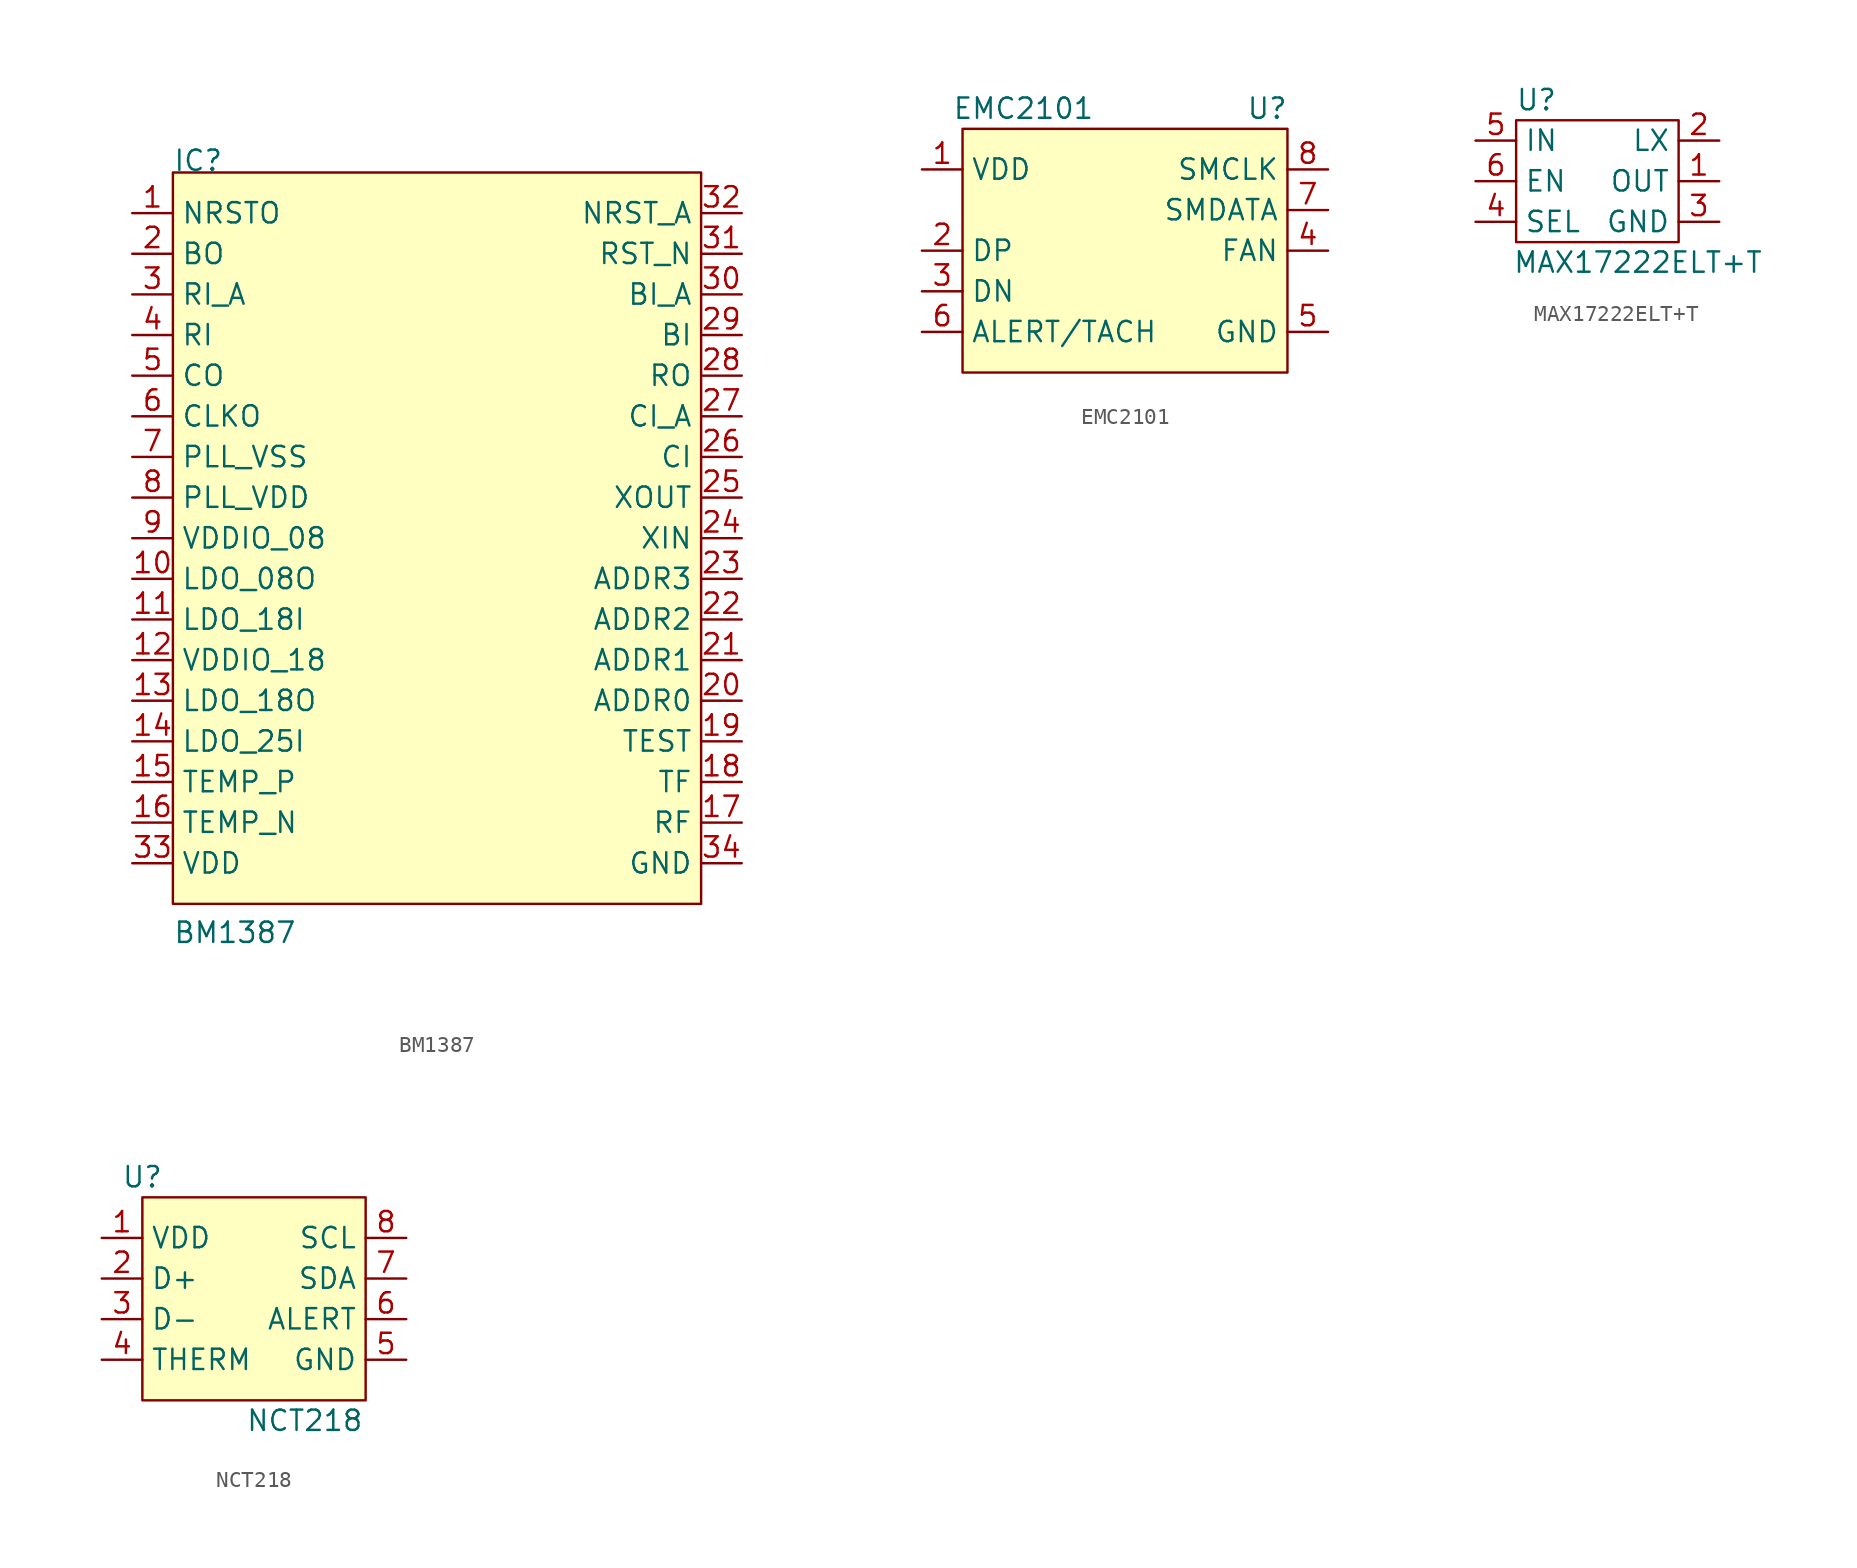
<source format=kicad_sym>
(kicad_symbol_lib
  (version 20211014)
  (generator kicad_symbol_editor)
  (symbol "BM1387"
    (property "Reference" "IC"
      (at -17.78 17.78 0)
      (effects (font (size 1.27 1.27)) (justify left bottom)))
    (property "Value" "BM1387"
      (at -17.78 -30.48 0)
      (effects (font (size 1.27 1.27)) (justify left bottom)))
    (property "ki_locked" ""
      (at 0 0 0)
      (effects (font (size 1.27 1.27))))
    (symbol "BM1387_1_0"
      (pin bidirectional line (at -20.32 15.24 0) (length 2.54) (name "NRSTO" (effects (font (size 1.27 1.27)))) (number "1" (effects (font (size 1.27 1.27)))))
      (pin bidirectional line (at -20.32 -7.62 0) (length 2.54) (name "LDO_08O" (effects (font (size 1.27 1.27)))) (number "10" (effects (font (size 1.27 1.27)))))
      (pin bidirectional line (at -20.32 -10.16 0) (length 2.54) (name "LDO_18I" (effects (font (size 1.27 1.27)))) (number "11" (effects (font (size 1.27 1.27)))))
      (pin bidirectional line (at -20.32 -12.7 0) (length 2.54) (name "VDDIO_18" (effects (font (size 1.27 1.27)))) (number "12" (effects (font (size 1.27 1.27)))))
      (pin bidirectional line (at -20.32 -15.24 0) (length 2.54) (name "LDO_18O" (effects (font (size 1.27 1.27)))) (number "13" (effects (font (size 1.27 1.27)))))
      (pin bidirectional line (at -20.32 -17.78 0) (length 2.54) (name "LDO_25I" (effects (font (size 1.27 1.27)))) (number "14" (effects (font (size 1.27 1.27)))))
      (pin bidirectional line (at -20.32 -20.32 0) (length 2.54) (name "TEMP_P" (effects (font (size 1.27 1.27)))) (number "15" (effects (font (size 1.27 1.27)))))
      (pin bidirectional line (at -20.32 -22.86 0) (length 2.54) (name "TEMP_N" (effects (font (size 1.27 1.27)))) (number "16" (effects (font (size 1.27 1.27)))))
      (pin bidirectional line (at 17.78 -22.86 180) (length 2.54) (name "RF" (effects (font (size 1.27 1.27)))) (number "17" (effects (font (size 1.27 1.27)))))
      (pin bidirectional line (at 17.78 -20.32 180) (length 2.54) (name "TF" (effects (font (size 1.27 1.27)))) (number "18" (effects (font (size 1.27 1.27)))))
      (pin bidirectional line (at 17.78 -17.78 180) (length 2.54) (name "TEST" (effects (font (size 1.27 1.27)))) (number "19" (effects (font (size 1.27 1.27)))))
      (pin bidirectional line (at -20.32 12.7 0) (length 2.54) (name "BO" (effects (font (size 1.27 1.27)))) (number "2" (effects (font (size 1.27 1.27)))))
      (pin bidirectional line (at 17.78 -15.24 180) (length 2.54) (name "ADDR0" (effects (font (size 1.27 1.27)))) (number "20" (effects (font (size 1.27 1.27)))))
      (pin bidirectional line (at 17.78 -12.7 180) (length 2.54) (name "ADDR1" (effects (font (size 1.27 1.27)))) (number "21" (effects (font (size 1.27 1.27)))))
      (pin bidirectional line (at 17.78 -10.16 180) (length 2.54) (name "ADDR2" (effects (font (size 1.27 1.27)))) (number "22" (effects (font (size 1.27 1.27)))))
      (pin bidirectional line (at 17.78 -7.62 180) (length 2.54) (name "ADDR3" (effects (font (size 1.27 1.27)))) (number "23" (effects (font (size 1.27 1.27)))))
      (pin bidirectional line (at 17.78 -5.08 180) (length 2.54) (name "XIN" (effects (font (size 1.27 1.27)))) (number "24" (effects (font (size 1.27 1.27)))))
      (pin bidirectional line (at 17.78 -2.54 180) (length 2.54) (name "XOUT" (effects (font (size 1.27 1.27)))) (number "25" (effects (font (size 1.27 1.27)))))
      (pin bidirectional line (at 17.78 0 180) (length 2.54) (name "CI" (effects (font (size 1.27 1.27)))) (number "26" (effects (font (size 1.27 1.27)))))
      (pin bidirectional line (at 17.78 2.54 180) (length 2.54) (name "CI_A" (effects (font (size 1.27 1.27)))) (number "27" (effects (font (size 1.27 1.27)))))
      (pin bidirectional line (at 17.78 5.08 180) (length 2.54) (name "RO" (effects (font (size 1.27 1.27)))) (number "28" (effects (font (size 1.27 1.27)))))
      (pin bidirectional line (at 17.78 7.62 180) (length 2.54) (name "BI" (effects (font (size 1.27 1.27)))) (number "29" (effects (font (size 1.27 1.27)))))
      (pin bidirectional line (at -20.32 10.16 0) (length 2.54) (name "RI_A" (effects (font (size 1.27 1.27)))) (number "3" (effects (font (size 1.27 1.27)))))
      (pin bidirectional line (at 17.78 10.16 180) (length 2.54) (name "BI_A" (effects (font (size 1.27 1.27)))) (number "30" (effects (font (size 1.27 1.27)))))
      (pin bidirectional line (at 17.78 12.7 180) (length 2.54) (name "RST_N" (effects (font (size 1.27 1.27)))) (number "31" (effects (font (size 1.27 1.27)))))
      (pin bidirectional line (at 17.78 15.24 180) (length 2.54) (name "NRST_A" (effects (font (size 1.27 1.27)))) (number "32" (effects (font (size 1.27 1.27)))))
      (pin bidirectional line (at -20.32 -25.4 0) (length 2.54) (name "VDD" (effects (font (size 1.27 1.27)))) (number "33" (effects (font (size 1.27 1.27)))))
      (pin bidirectional line (at 17.78 -25.4 180) (length 2.54) (name "GND" (effects (font (size 1.27 1.27)))) (number "34" (effects (font (size 1.27 1.27)))))
      (pin bidirectional line (at -20.32 7.62 0) (length 2.54) (name "RI" (effects (font (size 1.27 1.27)))) (number "4" (effects (font (size 1.27 1.27)))))
      (pin bidirectional line (at -20.32 5.08 0) (length 2.54) (name "CO" (effects (font (size 1.27 1.27)))) (number "5" (effects (font (size 1.27 1.27)))))
      (pin bidirectional line (at -20.32 2.54 0) (length 2.54) (name "CLKO" (effects (font (size 1.27 1.27)))) (number "6" (effects (font (size 1.27 1.27)))))
      (pin bidirectional line (at -20.32 0 0) (length 2.54) (name "PLL_VSS" (effects (font (size 1.27 1.27)))) (number "7" (effects (font (size 1.27 1.27)))))
      (pin bidirectional line (at -20.32 -2.54 0) (length 2.54) (name "PLL_VDD" (effects (font (size 1.27 1.27)))) (number "8" (effects (font (size 1.27 1.27)))))
      (pin bidirectional line (at -20.32 -5.08 0) (length 2.54) (name "VDDIO_08" (effects (font (size 1.27 1.27)))) (number "9" (effects (font (size 1.27 1.27))))))
    (symbol "BM1387_1_1"
      (rectangle (start -17.78 17.78) (end 15.24 -27.94) (stroke (width 0.152) (type default) (color 0 0 0 0)) (fill (type background)))))
  (symbol "EMC2101"
    (property "Reference" "U"
      (at 8.89 8.89 0)
      (effects (font (size 1.27 1.27))))
    (property "Value" "EMC2101"
      (at -6.35 8.89 0)
      (effects (font (size 1.27 1.27))))
    (symbol "EMC2101_0_1"
      (rectangle (start -10.16 7.62) (end 10.16 -7.62) (stroke (width 0.152) (type default) (color 0 0 0 0)) (fill (type background))))
    (symbol "EMC2101_1_1"
      (pin power_in line (at -12.7 5.08 0) (length 2.54) (name "VDD" (effects (font (size 1.27 1.27)))) (number "1" (effects (font (size 1.27 1.27)))))
      (pin input line (at -12.7 0 0) (length 2.54) (name "DP" (effects (font (size 1.27 1.27)))) (number "2" (effects (font (size 1.27 1.27)))))
      (pin input line (at -12.7 -2.54 0) (length 2.54) (name "DN" (effects (font (size 1.27 1.27)))) (number "3" (effects (font (size 1.27 1.27)))))
      (pin output line (at 12.7 0 180) (length 2.54) (name "FAN" (effects (font (size 1.27 1.27)))) (number "4" (effects (font (size 1.27 1.27)))))
      (pin power_in line (at 12.7 -5.08 180) (length 2.54) (name "GND" (effects (font (size 1.27 1.27)))) (number "5" (effects (font (size 1.27 1.27)))))
      (pin input line (at -12.7 -5.08 0) (length 2.54) (name "ALERT/TACH" (effects (font (size 1.27 1.27)))) (number "6" (effects (font (size 1.27 1.27)))))
      (pin input line (at 12.7 2.54 180) (length 2.54) (name "SMDATA" (effects (font (size 1.27 1.27)))) (number "7" (effects (font (size 1.27 1.27)))))
      (pin input line (at 12.7 5.08 180) (length 2.54) (name "SMCLK" (effects (font (size 1.27 1.27)))) (number "8" (effects (font (size 1.27 1.27)))))))
  (symbol "MAX17222ELT+T"
    (property "Reference" "U"
      (at -3.81 5.08 0)
      (effects (font (size 1.27 1.27))))
    (property "Value" "MAX17222ELT+T"
      (at 2.54 -5.08 0)
      (effects (font (size 1.27 1.27))))
    (symbol "MAX17222ELT+T_0_1"
      (rectangle (start -5.08 3.81) (end 5.08 -3.81) (stroke (width 0.152) (type default) (color 0 0 0 0)) (fill (type none))))
    (symbol "MAX17222ELT+T_1_1"
      (pin input line (at 7.62 0 180) (length 2.54) (name "OUT" (effects (font (size 1.27 1.27)))) (number "1" (effects (font (size 1.27 1.27)))))
      (pin input line (at 7.62 2.54 180) (length 2.54) (name "LX" (effects (font (size 1.27 1.27)))) (number "2" (effects (font (size 1.27 1.27)))))
      (pin input line (at 7.62 -2.54 180) (length 2.54) (name "GND" (effects (font (size 1.27 1.27)))) (number "3" (effects (font (size 1.27 1.27)))))
      (pin input line (at -7.62 -2.54 0) (length 2.54) (name "SEL" (effects (font (size 1.27 1.27)))) (number "4" (effects (font (size 1.27 1.27)))))
      (pin input line (at -7.62 2.54 0) (length 2.54) (name "IN" (effects (font (size 1.27 1.27)))) (number "5" (effects (font (size 1.27 1.27)))))
      (pin input line (at -7.62 0 0) (length 2.54) (name "EN" (effects (font (size 1.27 1.27)))) (number "6" (effects (font (size 1.27 1.27)))))))
  (symbol "NCT218"
    (property "Reference" "U"
      (at -7.62 6.35 0)
      (effects (font (size 1.27 1.27))))
    (property "Value" "NCT218"
      (at 2.54 -8.89 0)
      (effects (font (size 1.27 1.27))))
    (symbol "NCT218_0_1"
      (rectangle (start -7.62 5.08) (end 6.35 -7.62) (stroke (width 0.152) (type default) (color 0 0 0 0)) (fill (type background))))
    (symbol "NCT218_1_1"
      (pin input line (at -10.16 2.54 0) (length 2.54) (name "VDD" (effects (font (size 1.27 1.27)))) (number "1" (effects (font (size 1.27 1.27)))))
      (pin input line (at -10.16 0 0) (length 2.54) (name "D+" (effects (font (size 1.27 1.27)))) (number "2" (effects (font (size 1.27 1.27)))))
      (pin input line (at -10.16 -2.54 0) (length 2.54) (name "D-" (effects (font (size 1.27 1.27)))) (number "3" (effects (font (size 1.27 1.27)))))
      (pin input line (at -10.16 -5.08 0) (length 2.54) (name "THERM" (effects (font (size 1.27 1.27)))) (number "4" (effects (font (size 1.27 1.27)))))
      (pin input line (at 8.89 -5.08 180) (length 2.54) (name "GND" (effects (font (size 1.27 1.27)))) (number "5" (effects (font (size 1.27 1.27)))))
      (pin input line (at 8.89 -2.54 180) (length 2.54) (name "ALERT" (effects (font (size 1.27 1.27)))) (number "6" (effects (font (size 1.27 1.27)))))
      (pin input line (at 8.89 0 180) (length 2.54) (name "SDA" (effects (font (size 1.27 1.27)))) (number "7" (effects (font (size 1.27 1.27)))))
      (pin input line (at 8.89 2.54 180) (length 2.54) (name "SCL" (effects (font (size 1.27 1.27)))) (number "8" (effects (font (size 1.27 1.27))))))))
</source>
